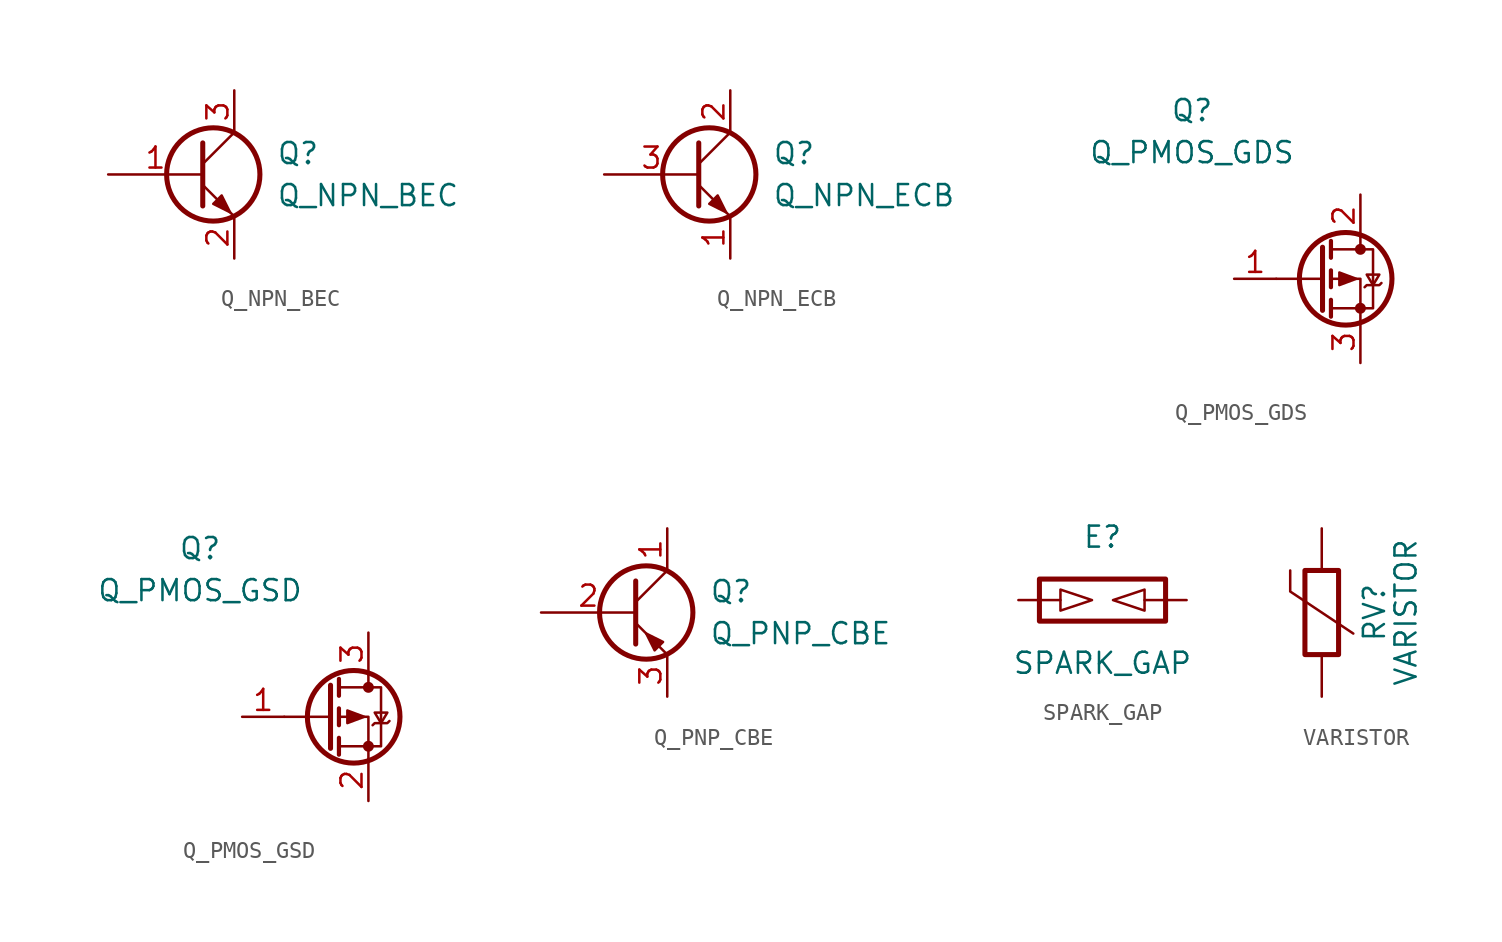
<source format=kicad_sym>
(kicad_symbol_lib
  (version 20220914)
  (generator kicad_symbol_editor)
  (symbol "Q_NPN_BEC"
    (pin_names
      (offset 0) hide)
    (property "Reference" "Q"
      (at 5.08 1.27 0)
      (effects (font (size 1.27 1.27)) (justify left)))
    (property "Value" "Q_NPN_BEC"
      (at 5.08 -1.27 0)
      (effects (font (size 1.27 1.27)) (justify left)))
    (symbol "Q_NPN_BEC_0_1"
      (polyline (pts (xy 0.635 0.635) (xy 2.54 2.54)) (stroke (width 0) (type default)) (fill (type none)))
      (polyline (pts (xy 0.635 -0.635) (xy 2.54 -2.54) (xy 2.54 -2.54)) (stroke (width 0) (type default)) (fill (type none)))
      (polyline (pts (xy 0.635 1.905) (xy 0.635 -1.905) (xy 0.635 -1.905)) (stroke (width 0.305) (type default)) (fill (type none)))
      (polyline (pts (xy 1.27 -1.778) (xy 1.778 -1.27) (xy 2.286 -2.286) (xy 1.27 -1.778) (xy 1.27 -1.778)) (stroke (width 0) (type default)) (fill (type outline)))
      (circle (center 1.27 0) (radius 2.819) (stroke (width 0.305) (type default)) (fill (type none))))
    (symbol "Q_NPN_BEC_1_1"
      (pin input line (at -5.08 0 0) (length 5.715) (name "B" (effects (font (size 1.27 1.27)))) (number "1" (effects (font (size 1.27 1.27)))))
      (pin passive line (at 2.54 -5.08 90) (length 2.54) (name "E" (effects (font (size 1.27 1.27)))) (number "2" (effects (font (size 1.27 1.27)))))
      (pin passive line (at 2.54 5.08 270) (length 2.54) (name "C" (effects (font (size 1.27 1.27)))) (number "3" (effects (font (size 1.27 1.27)))))))
  (symbol "Q_NPN_ECB"
    (pin_names
      (offset 0) hide)
    (property "Reference" "Q"
      (at 5.08 1.27 0)
      (effects (font (size 1.27 1.27)) (justify left)))
    (property "Value" "Q_NPN_ECB"
      (at 5.08 -1.27 0)
      (effects (font (size 1.27 1.27)) (justify left)))
    (symbol "Q_NPN_ECB_0_1"
      (polyline (pts (xy 0.635 0.635) (xy 2.54 2.54)) (stroke (width 0) (type default)) (fill (type none)))
      (polyline (pts (xy 0.635 -0.635) (xy 2.54 -2.54) (xy 2.54 -2.54)) (stroke (width 0) (type default)) (fill (type none)))
      (polyline (pts (xy 0.635 1.905) (xy 0.635 -1.905) (xy 0.635 -1.905)) (stroke (width 0.305) (type default)) (fill (type none)))
      (polyline (pts (xy 1.27 -1.778) (xy 1.778 -1.27) (xy 2.286 -2.286) (xy 1.27 -1.778) (xy 1.27 -1.778)) (stroke (width 0) (type default)) (fill (type outline)))
      (circle (center 1.27 0) (radius 2.819) (stroke (width 0.305) (type default)) (fill (type none))))
    (symbol "Q_NPN_ECB_1_1"
      (pin passive line (at 2.54 -5.08 90) (length 2.54) (name "E" (effects (font (size 1.27 1.27)))) (number "1" (effects (font (size 1.27 1.27)))))
      (pin passive line (at 2.54 5.08 270) (length 2.54) (name "C" (effects (font (size 1.27 1.27)))) (number "2" (effects (font (size 1.27 1.27)))))
      (pin input line (at -5.08 0 0) (length 5.715) (name "B" (effects (font (size 1.27 1.27)))) (number "3" (effects (font (size 1.27 1.27)))))))
  (symbol "Q_PMOS_GDS"
    (pin_names
      (offset 1.016) hide)
    (property "Reference" "Q"
      (at -7.62 10.16 0)
      (effects (font (size 1.27 1.27))))
    (property "Value" "Q_PMOS_GDS"
      (at -7.62 7.62 0)
      (effects (font (size 1.27 1.27))))
    (symbol "Q_PMOS_GDS_1_1"
      (polyline (pts (xy 0.254 0) (xy -2.54 0)) (stroke (width 0) (type default)) (fill (type none)))
      (polyline (pts (xy 0.254 1.905) (xy 0.254 -1.905)) (stroke (width 0.305) (type default)) (fill (type none)))
      (polyline (pts (xy 0.762 -1.27) (xy 0.762 -2.286)) (stroke (width 0.254) (type default)) (fill (type none)))
      (polyline (pts (xy 0.762 0.508) (xy 0.762 -0.508)) (stroke (width 0.254) (type default)) (fill (type none)))
      (polyline (pts (xy 0.762 2.286) (xy 0.762 1.27)) (stroke (width 0.254) (type default)) (fill (type none)))
      (polyline (pts (xy 2.54 2.54) (xy 2.54 1.778)) (stroke (width 0) (type default)) (fill (type none)))
      (polyline (pts (xy 2.54 -2.54) (xy 2.54 0) (xy 0.762 0)) (stroke (width 0) (type default)) (fill (type none)))
      (polyline (pts (xy 0.762 -1.778) (xy 3.302 -1.778) (xy 3.302 1.778) (xy 0.762 1.778)) (stroke (width 0) (type default)) (fill (type none)))
      (polyline (pts (xy 2.286 0) (xy 1.27 0.381) (xy 1.27 -0.381) (xy 2.286 0)) (stroke (width 0) (type default)) (fill (type outline)))
      (polyline (pts (xy 2.794 -0.508) (xy 2.921 -0.381) (xy 3.683 -0.381) (xy 3.81 -0.254)) (stroke (width 0) (type default)) (fill (type none)))
      (polyline (pts (xy 3.302 -0.381) (xy 2.921 0.254) (xy 3.683 0.254) (xy 3.302 -0.381)) (stroke (width 0) (type default)) (fill (type none)))
      (circle (center 1.651 0) (radius 2.794) (stroke (width 0.305) (type default)) (fill (type none)))
      (circle (center 2.54 -1.778) (radius 0.254) (stroke (width 0) (type default)) (fill (type outline)))
      (circle (center 2.54 1.778) (radius 0.254) (stroke (width 0) (type default)) (fill (type outline)))
      (pin input line (at -5.08 0 0) (length 2.54) (name "G" (effects (font (size 1.27 1.27)))) (number "1" (effects (font (size 1.27 1.27)))))
      (pin passive line (at 2.54 5.08 270) (length 2.54) (name "D" (effects (font (size 1.27 1.27)))) (number "2" (effects (font (size 1.27 1.27)))))
      (pin passive line (at 2.54 -5.08 90) (length 2.54) (name "S" (effects (font (size 1.27 1.27)))) (number "3" (effects (font (size 1.27 1.27)))))))
  (symbol "Q_PMOS_GSD"
    (pin_names
      (offset 1.016) hide)
    (property "Reference" "Q"
      (at -7.62 10.16 0)
      (effects (font (size 1.27 1.27))))
    (property "Value" "Q_PMOS_GSD"
      (at -7.62 7.62 0)
      (effects (font (size 1.27 1.27))))
    (symbol "Q_PMOS_GSD_1_1"
      (polyline (pts (xy 0.254 0) (xy -2.54 0)) (stroke (width 0) (type default)) (fill (type none)))
      (polyline (pts (xy 0.254 1.905) (xy 0.254 -1.905)) (stroke (width 0.305) (type default)) (fill (type none)))
      (polyline (pts (xy 0.762 -1.27) (xy 0.762 -2.286)) (stroke (width 0.254) (type default)) (fill (type none)))
      (polyline (pts (xy 0.762 0.508) (xy 0.762 -0.508)) (stroke (width 0.254) (type default)) (fill (type none)))
      (polyline (pts (xy 0.762 2.286) (xy 0.762 1.27)) (stroke (width 0.254) (type default)) (fill (type none)))
      (polyline (pts (xy 2.54 2.54) (xy 2.54 1.778)) (stroke (width 0) (type default)) (fill (type none)))
      (polyline (pts (xy 2.54 -2.54) (xy 2.54 0) (xy 0.762 0)) (stroke (width 0) (type default)) (fill (type none)))
      (polyline (pts (xy 0.762 -1.778) (xy 3.302 -1.778) (xy 3.302 1.778) (xy 0.762 1.778)) (stroke (width 0) (type default)) (fill (type none)))
      (polyline (pts (xy 2.286 0) (xy 1.27 0.381) (xy 1.27 -0.381) (xy 2.286 0)) (stroke (width 0) (type default)) (fill (type outline)))
      (polyline (pts (xy 2.794 -0.508) (xy 2.921 -0.381) (xy 3.683 -0.381) (xy 3.81 -0.254)) (stroke (width 0) (type default)) (fill (type none)))
      (polyline (pts (xy 3.302 -0.381) (xy 2.921 0.254) (xy 3.683 0.254) (xy 3.302 -0.381)) (stroke (width 0) (type default)) (fill (type none)))
      (circle (center 1.651 0) (radius 2.794) (stroke (width 0.305) (type default)) (fill (type none)))
      (circle (center 2.54 -1.778) (radius 0.254) (stroke (width 0) (type default)) (fill (type outline)))
      (circle (center 2.54 1.778) (radius 0.254) (stroke (width 0) (type default)) (fill (type outline)))
      (pin input line (at -5.08 0 0) (length 2.54) (name "G" (effects (font (size 1.27 1.27)))) (number "1" (effects (font (size 1.27 1.27)))))
      (pin passive line (at 2.54 -5.08 90) (length 2.54) (name "S" (effects (font (size 1.27 1.27)))) (number "2" (effects (font (size 1.27 1.27)))))
      (pin passive line (at 2.54 5.08 270) (length 2.54) (name "D" (effects (font (size 1.27 1.27)))) (number "3" (effects (font (size 1.27 1.27)))))))
  (symbol "Q_PNP_CBE"
    (pin_names
      (offset 0) hide)
    (property "Reference" "Q"
      (at 5.08 1.27 0)
      (effects (font (size 1.27 1.27)) (justify left)))
    (property "Value" "Q_PNP_CBE"
      (at 5.08 -1.27 0)
      (effects (font (size 1.27 1.27)) (justify left)))
    (symbol "Q_PNP_CBE_0_1"
      (polyline (pts (xy 0.635 0.635) (xy 2.54 2.54)) (stroke (width 0) (type default)) (fill (type none)))
      (polyline (pts (xy 0.635 -0.635) (xy 2.54 -2.54) (xy 2.54 -2.54)) (stroke (width 0) (type default)) (fill (type none)))
      (polyline (pts (xy 0.635 1.905) (xy 0.635 -1.905) (xy 0.635 -1.905)) (stroke (width 0.305) (type default)) (fill (type none)))
      (polyline (pts (xy 2.286 -1.778) (xy 1.778 -2.286) (xy 1.27 -1.27) (xy 2.286 -1.778) (xy 2.286 -1.778)) (stroke (width 0) (type default)) (fill (type outline)))
      (circle (center 1.27 0) (radius 2.819) (stroke (width 0.305) (type default)) (fill (type none))))
    (symbol "Q_PNP_CBE_1_1"
      (pin passive line (at 2.54 5.08 270) (length 2.54) (name "C" (effects (font (size 1.27 1.27)))) (number "1" (effects (font (size 1.27 1.27)))))
      (pin input line (at -5.08 0 0) (length 5.715) (name "B" (effects (font (size 1.27 1.27)))) (number "2" (effects (font (size 1.27 1.27)))))
      (pin passive line (at 2.54 -5.08 90) (length 2.54) (name "E" (effects (font (size 1.27 1.27)))) (number "3" (effects (font (size 1.27 1.27)))))))
  (symbol "SPARK_GAP"
    (pin_numbers hide)
    (pin_names
      (offset 0))
    (property "Reference" "E"
      (at 0 3.81 0)
      (effects (font (size 1.27 1.27))))
    (property "Value" "SPARK_GAP"
      (at 0 -3.81 0)
      (effects (font (size 1.27 1.27))))
    (symbol "SPARK_GAP_0_1"
      (rectangle (start -3.81 1.27) (end 3.81 -1.27) (stroke (width 0.305) (type default)) (fill (type none)))
      (polyline (pts (xy -2.54 0.635) (xy -2.54 -0.635) (xy -0.635 0) (xy -2.54 0.635)) (stroke (width 0) (type default)) (fill (type none)))
      (polyline (pts (xy 2.54 0.635) (xy 2.54 -0.635) (xy 0.635 0) (xy 2.54 0.635)) (stroke (width 0) (type default)) (fill (type none))))
    (symbol "SPARK_GAP_1_1"
      (pin passive line (at -5.08 0 0) (length 2.54) (name "~" (effects (font (size 1.27 1.27)))) (number "1" (effects (font (size 1.27 1.27)))))
      (pin passive line (at 5.08 0 180) (length 2.54) (name "~" (effects (font (size 1.27 1.27)))) (number "2" (effects (font (size 1.27 1.27)))))))
  (symbol "VARISTOR"
    (pin_numbers hide)
    (pin_names
      (offset 0))
    (property "Reference" "RV"
      (at 3.175 0 90)
      (effects (font (size 1.27 1.27))))
    (property "Value" "VARISTOR"
      (at 5.08 0 90)
      (effects (font (size 1.27 1.27))))
    (symbol "VARISTOR_0_1"
      (polyline (pts (xy -1.905 2.54) (xy -1.905 1.27) (xy 1.905 -1.27)) (stroke (width 0) (type default)) (fill (type none))))
    (symbol "VARISTOR_1_1"
      (rectangle (start -1.016 -2.54) (end 1.016 2.54) (stroke (width 0.305) (type default)) (fill (type none)))
      (pin passive line (at 0 5.08 270) (length 2.54) (name "~" (effects (font (size 1.27 1.27)))) (number "1" (effects (font (size 1.27 1.27)))))
      (pin passive line (at 0 -5.08 90) (length 2.54) (name "~" (effects (font (size 1.27 1.27)))) (number "2" (effects (font (size 1.27 1.27))))))))
</source>
